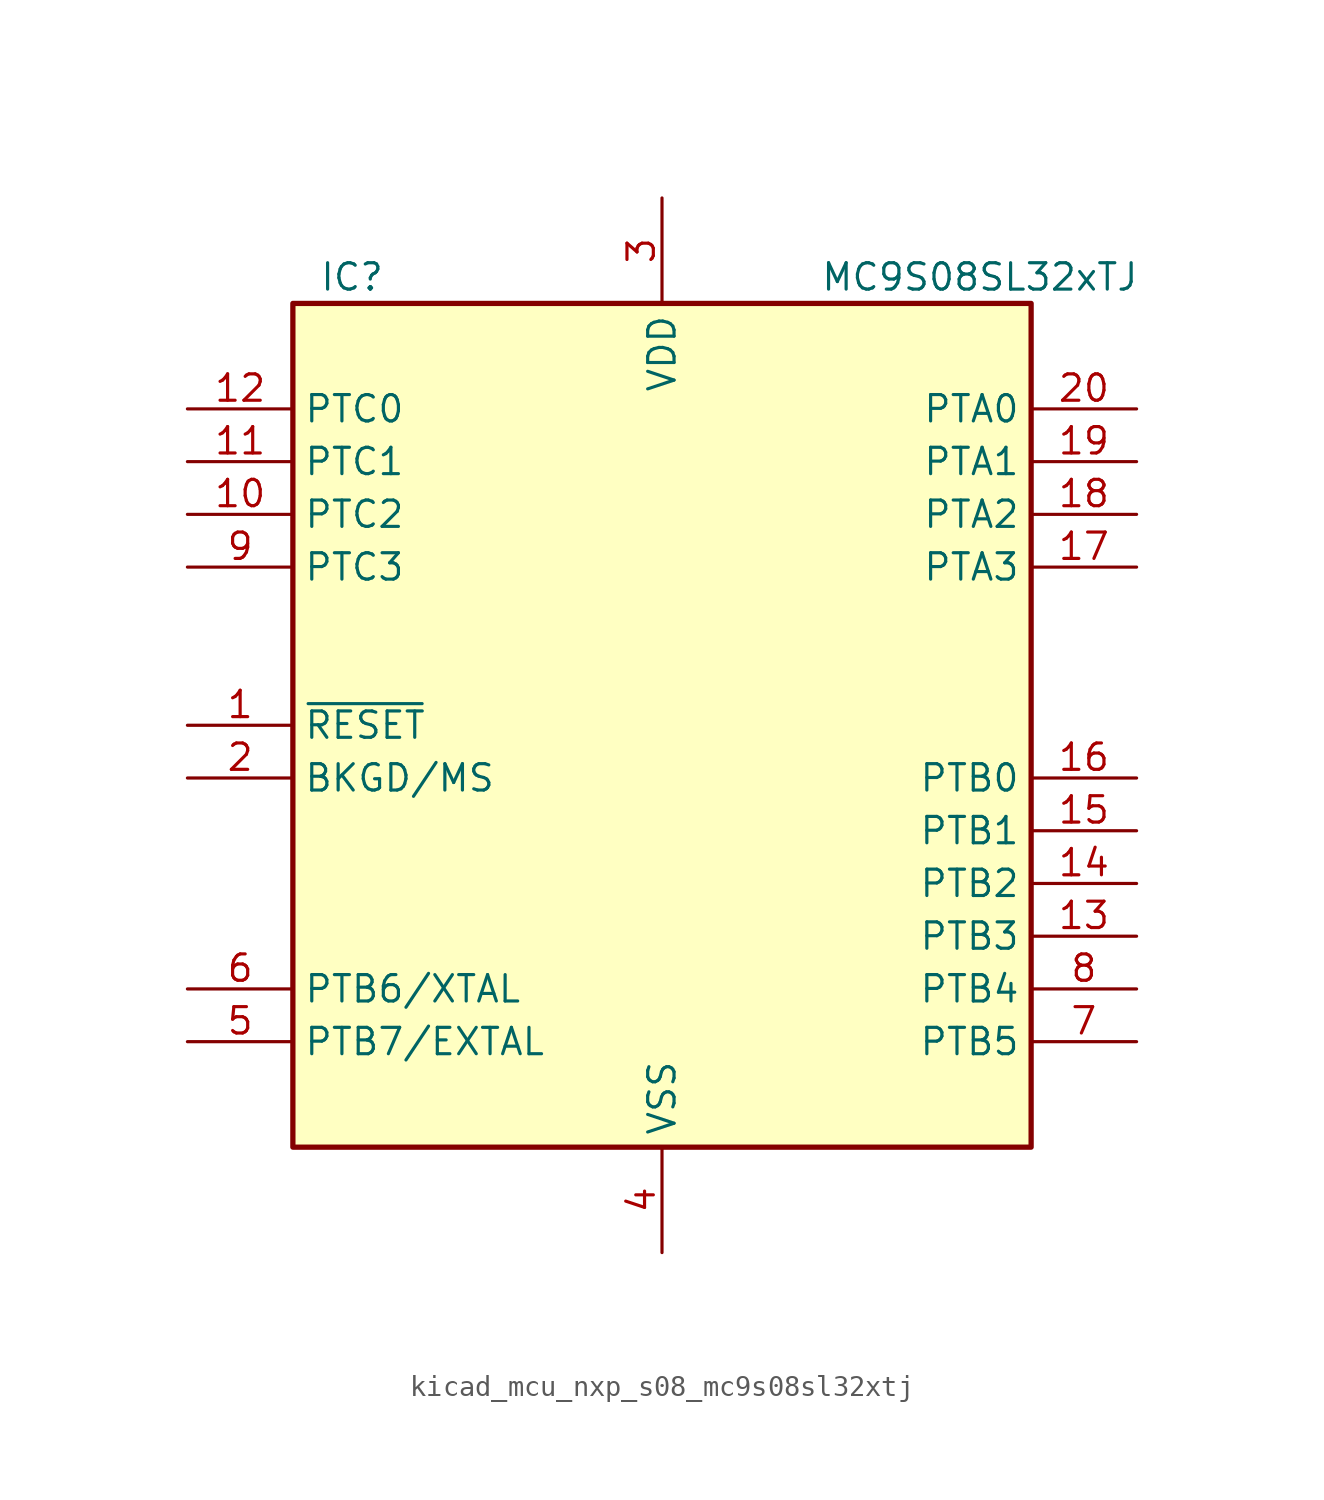
<source format=kicad_sym>
(kicad_symbol_lib
  (version 20220914)
  (generator kicad_symbol_editor)
  (symbol "kicad_mcu_nxp_s08_mc9s08sl32xtj"
    (property "Reference" "IC"
      (at -16.51 21.59 0)
      (effects (font (size 1.27 1.27)) (justify left)))
    (property "Value" "MC9S08SL32xTJ"
      (at 7.62 21.59 0)
      (effects (font (size 1.27 1.27)) (justify left)))
    (symbol "kicad_mcu_nxp_s08_mc9s08sl32xtj_0_1"
      (rectangle (start -17.78 20.32) (end 17.78 -20.32) (stroke (width 0.254) (type default)) (fill (type background))))
    (symbol "kicad_mcu_nxp_s08_mc9s08sl32xtj_1_1"
      (pin input line (at -22.86 0 0) (length 5.08) (name "~{RESET}" (effects (font (size 1.27 1.27)))) (number "1" (effects (font (size 1.27 1.27)))))
      (pin bidirectional line (at -22.86 10.16 0) (length 5.08) (name "PTC2" (effects (font (size 1.27 1.27)))) (number "10" (effects (font (size 1.27 1.27)))))
      (pin bidirectional line (at -22.86 12.7 0) (length 5.08) (name "PTC1" (effects (font (size 1.27 1.27)))) (number "11" (effects (font (size 1.27 1.27)))))
      (pin bidirectional line (at -22.86 15.24 0) (length 5.08) (name "PTC0" (effects (font (size 1.27 1.27)))) (number "12" (effects (font (size 1.27 1.27)))))
      (pin bidirectional line (at 22.86 -10.16 180) (length 5.08) (name "PTB3" (effects (font (size 1.27 1.27)))) (number "13" (effects (font (size 1.27 1.27)))))
      (pin bidirectional line (at 22.86 -7.62 180) (length 5.08) (name "PTB2" (effects (font (size 1.27 1.27)))) (number "14" (effects (font (size 1.27 1.27)))))
      (pin bidirectional line (at 22.86 -5.08 180) (length 5.08) (name "PTB1" (effects (font (size 1.27 1.27)))) (number "15" (effects (font (size 1.27 1.27)))))
      (pin bidirectional line (at 22.86 -2.54 180) (length 5.08) (name "PTB0" (effects (font (size 1.27 1.27)))) (number "16" (effects (font (size 1.27 1.27)))))
      (pin bidirectional line (at 22.86 7.62 180) (length 5.08) (name "PTA3" (effects (font (size 1.27 1.27)))) (number "17" (effects (font (size 1.27 1.27)))))
      (pin bidirectional line (at 22.86 10.16 180) (length 5.08) (name "PTA2" (effects (font (size 1.27 1.27)))) (number "18" (effects (font (size 1.27 1.27)))))
      (pin bidirectional line (at 22.86 12.7 180) (length 5.08) (name "PTA1" (effects (font (size 1.27 1.27)))) (number "19" (effects (font (size 1.27 1.27)))))
      (pin bidirectional line (at -22.86 -2.54 0) (length 5.08) (name "BKGD/MS" (effects (font (size 1.27 1.27)))) (number "2" (effects (font (size 1.27 1.27)))))
      (pin bidirectional line (at 22.86 15.24 180) (length 5.08) (name "PTA0" (effects (font (size 1.27 1.27)))) (number "20" (effects (font (size 1.27 1.27)))))
      (pin power_in line (at 0 25.4 270) (length 5.08) (name "VDD" (effects (font (size 1.27 1.27)))) (number "3" (effects (font (size 1.27 1.27)))))
      (pin power_in line (at 0 -25.4 90) (length 5.08) (name "VSS" (effects (font (size 1.27 1.27)))) (number "4" (effects (font (size 1.27 1.27)))))
      (pin bidirectional line (at -22.86 -15.24 0) (length 5.08) (name "PTB7/EXTAL" (effects (font (size 1.27 1.27)))) (number "5" (effects (font (size 1.27 1.27)))))
      (pin bidirectional line (at -22.86 -12.7 0) (length 5.08) (name "PTB6/XTAL" (effects (font (size 1.27 1.27)))) (number "6" (effects (font (size 1.27 1.27)))))
      (pin bidirectional line (at 22.86 -15.24 180) (length 5.08) (name "PTB5" (effects (font (size 1.27 1.27)))) (number "7" (effects (font (size 1.27 1.27)))))
      (pin bidirectional line (at 22.86 -12.7 180) (length 5.08) (name "PTB4" (effects (font (size 1.27 1.27)))) (number "8" (effects (font (size 1.27 1.27)))))
      (pin bidirectional line (at -22.86 7.62 0) (length 5.08) (name "PTC3" (effects (font (size 1.27 1.27)))) (number "9" (effects (font (size 1.27 1.27))))))))
</source>
